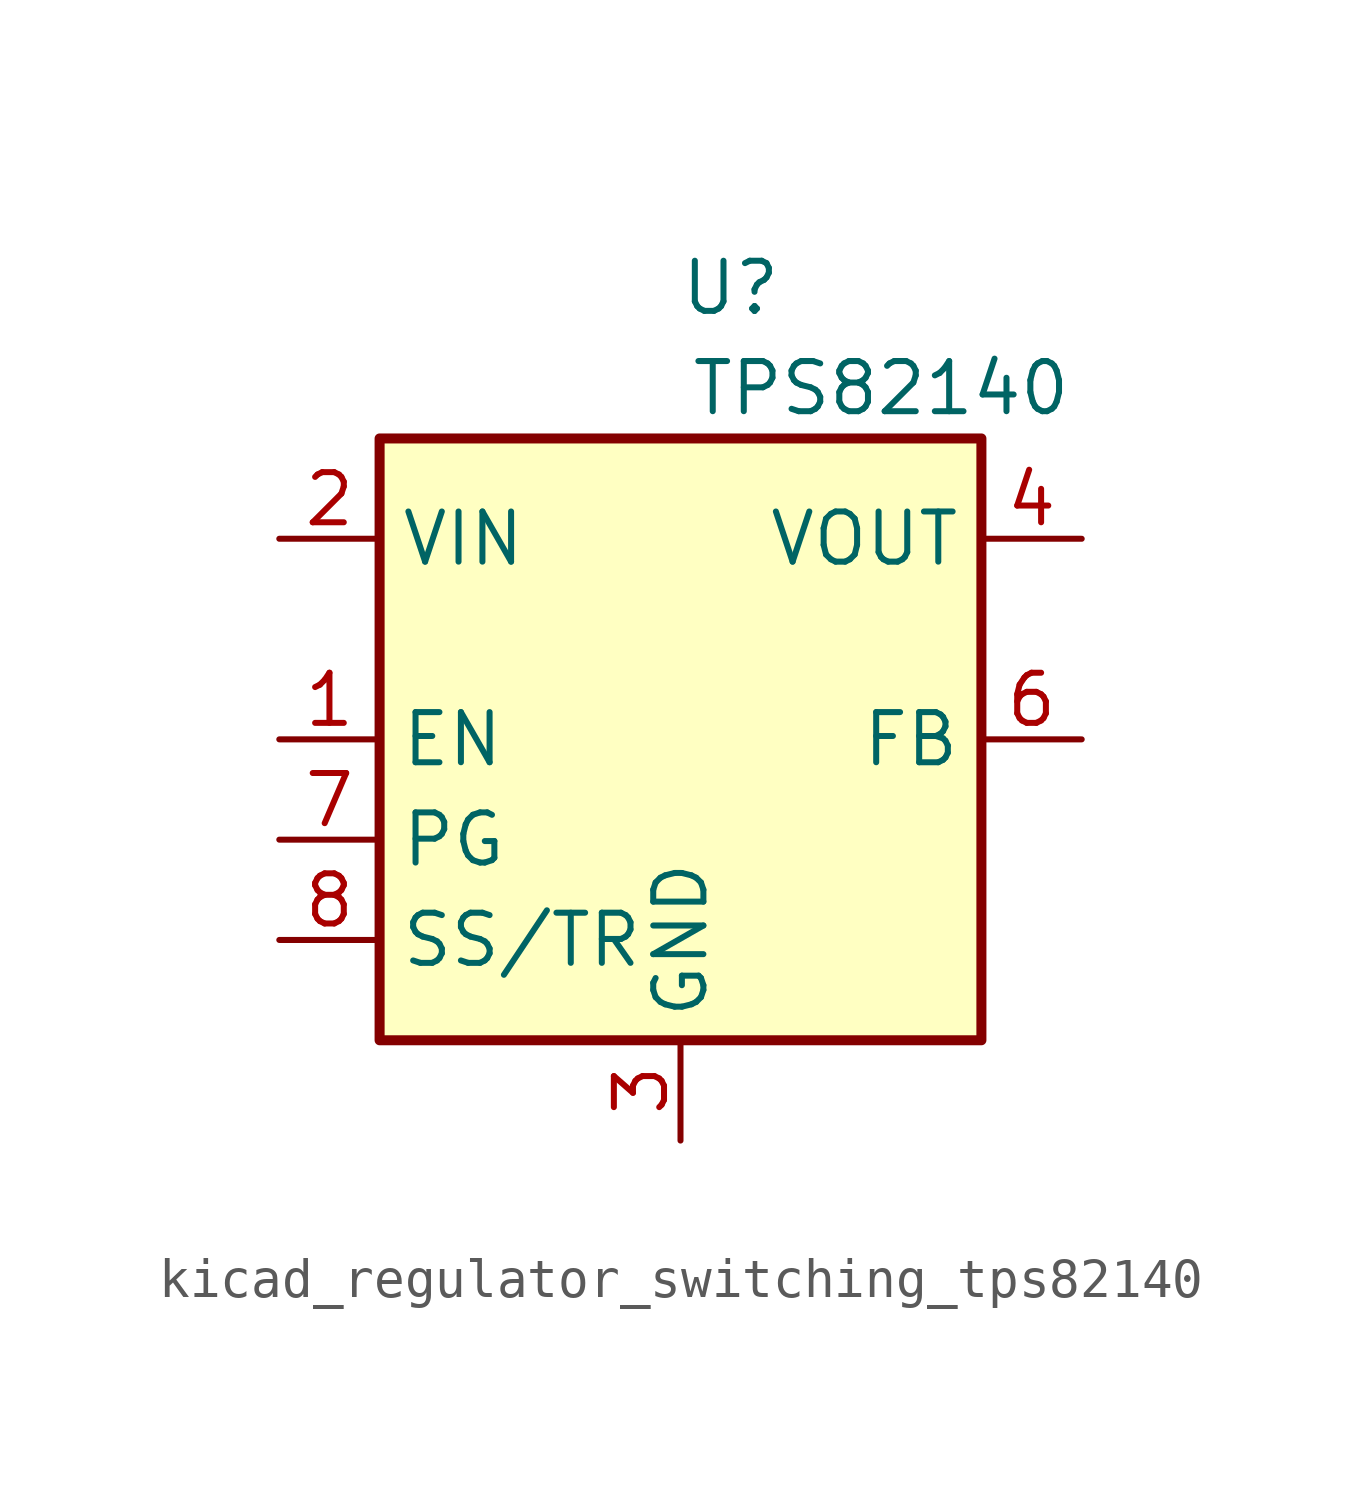
<source format=kicad_sym>
(kicad_symbol_lib
  (version 20220914)
  (generator kicad_symbol_editor)
  (symbol "kicad_regulator_switching_tps82140"
    (property "Reference" "U"
      (at 1.27 11.43 0)
      (effects (font (size 1.27 1.27))))
    (property "Value" "TPS82140"
      (at 5.08 8.89 0)
      (effects (font (size 1.27 1.27))))
    (symbol "kicad_regulator_switching_tps82140_0_1"
      (rectangle (start -7.62 7.62) (end 7.62 -7.62) (stroke (width 0.254) (type default)) (fill (type background))))
    (symbol "kicad_regulator_switching_tps82140_1_1"
      (pin input line (at -10.16 0 0) (length 2.54) (name "EN" (effects (font (size 1.27 1.27)))) (number "1" (effects (font (size 1.27 1.27)))))
      (pin power_in line (at -10.16 5.08 0) (length 2.54) (name "VIN" (effects (font (size 1.27 1.27)))) (number "2" (effects (font (size 1.27 1.27)))))
      (pin power_in line (at 0 -10.16 90) (length 2.54) (name "GND" (effects (font (size 1.27 1.27)))) (number "3" (effects (font (size 1.27 1.27)))))
      (pin power_out line (at 10.16 5.08 180) (length 2.54) (name "VOUT" (effects (font (size 1.27 1.27)))) (number "4" (effects (font (size 1.27 1.27)))))
      (pin passive line (at 10.16 5.08 180) (length 2.54) hide (name "VOUT" (effects (font (size 1.27 1.27)))) (number "5" (effects (font (size 1.27 1.27)))))
      (pin input line (at 10.16 0 180) (length 2.54) (name "FB" (effects (font (size 1.27 1.27)))) (number "6" (effects (font (size 1.27 1.27)))))
      (pin open_collector line (at -10.16 -2.54 0) (length 2.54) (name "PG" (effects (font (size 1.27 1.27)))) (number "7" (effects (font (size 1.27 1.27)))))
      (pin input line (at -10.16 -5.08 0) (length 2.54) (name "SS/TR" (effects (font (size 1.27 1.27)))) (number "8" (effects (font (size 1.27 1.27)))))
      (pin passive line (at 0 -10.16 90) (length 2.54) hide (name "GND" (effects (font (size 1.27 1.27)))) (number "9" (effects (font (size 1.27 1.27))))))))
</source>
